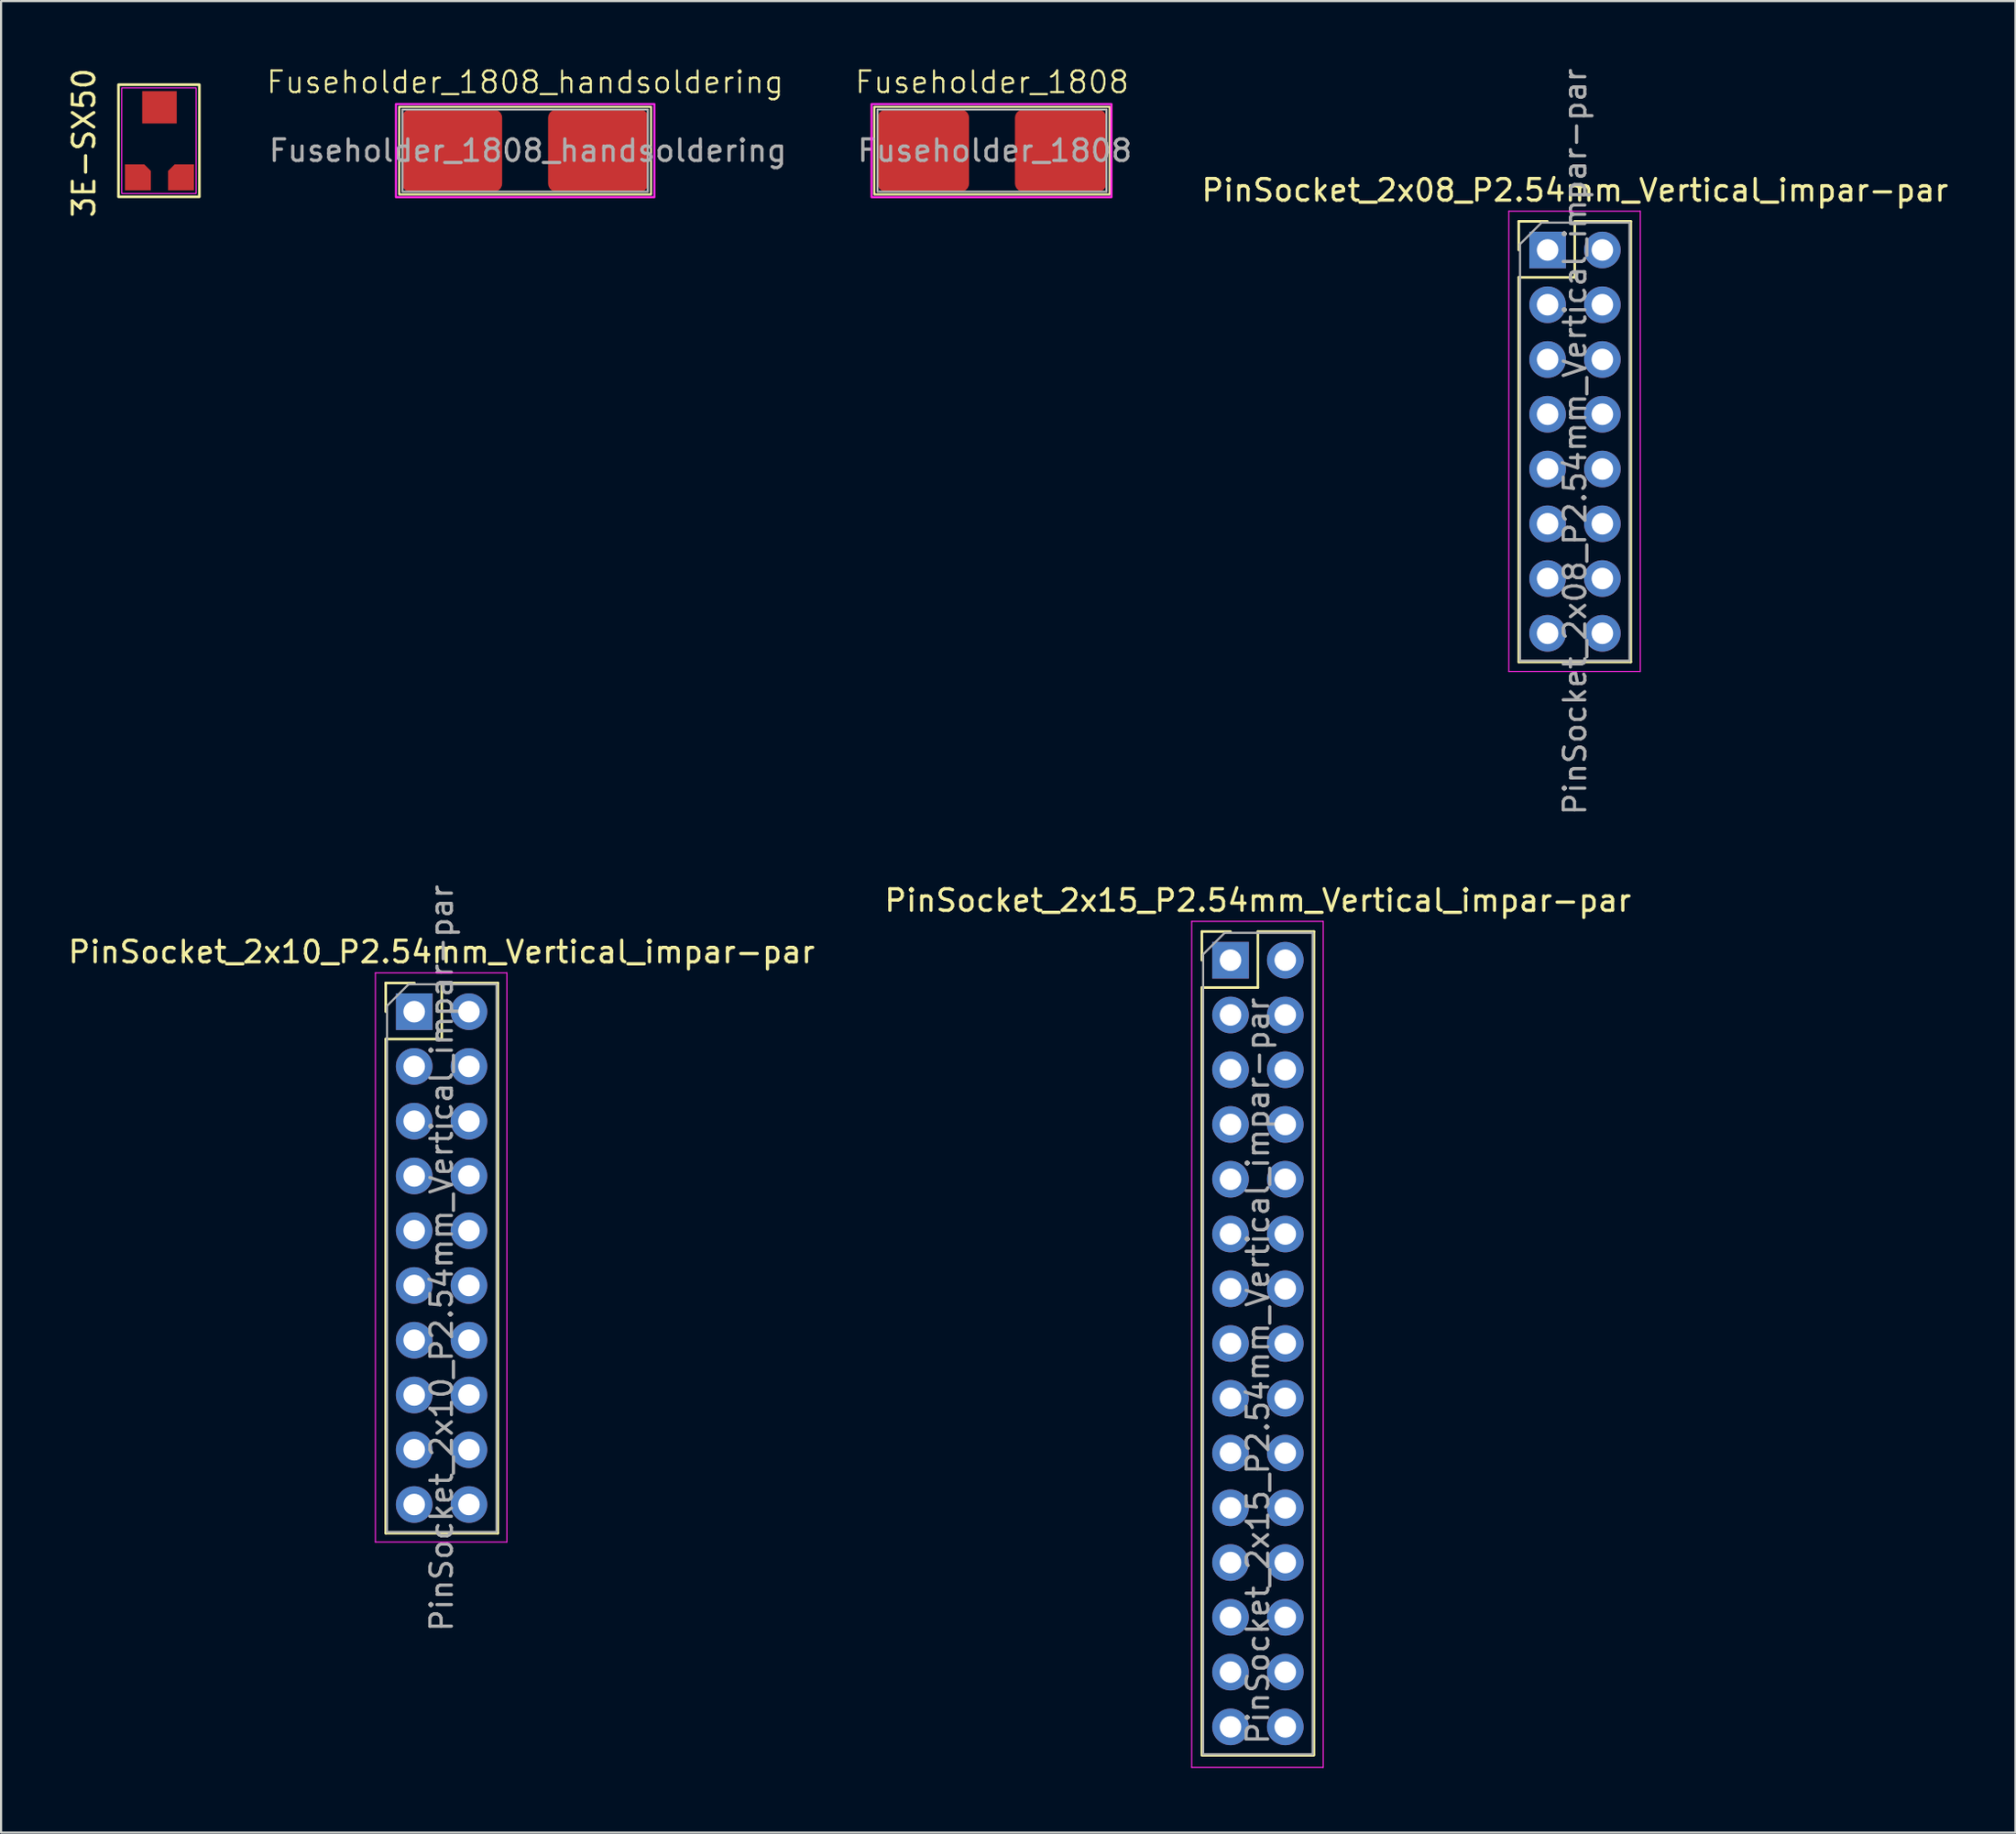
<source format=kicad_pcb>
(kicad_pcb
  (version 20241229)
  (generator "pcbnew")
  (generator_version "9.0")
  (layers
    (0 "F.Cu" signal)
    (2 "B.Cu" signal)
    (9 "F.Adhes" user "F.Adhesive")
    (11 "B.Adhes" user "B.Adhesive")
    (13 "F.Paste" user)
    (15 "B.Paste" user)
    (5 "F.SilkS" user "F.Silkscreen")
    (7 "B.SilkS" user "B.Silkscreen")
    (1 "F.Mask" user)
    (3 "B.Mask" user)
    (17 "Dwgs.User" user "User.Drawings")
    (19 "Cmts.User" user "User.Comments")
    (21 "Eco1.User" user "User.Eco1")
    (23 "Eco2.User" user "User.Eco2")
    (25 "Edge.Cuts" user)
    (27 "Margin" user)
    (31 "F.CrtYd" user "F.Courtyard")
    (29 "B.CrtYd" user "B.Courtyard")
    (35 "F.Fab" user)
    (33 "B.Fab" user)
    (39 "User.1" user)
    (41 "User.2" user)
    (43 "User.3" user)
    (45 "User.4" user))
  (footprint "PinSocket_2x08_P2.54mm_Vertical_impar-par"
    (layer "F.Cu")
    (at 68.744 8.545)
    (property "Reference" "PinSocket_2x08_P2.54mm_Vertical_impar-par" (at 1.27 -2.77 0) (layer "F.SilkS") (effects (font (size 1 1) (thickness 0.15))))
    (attr through_hole)
    (fp_line (start -1.34 -1.33) (end -1.34 0) (stroke (width 0.12) (type solid)) (layer "F.SilkS"))
    (fp_line (start -1.34 1.27) (end -1.34 19.11) (stroke (width 0.12) (type solid)) (layer "F.SilkS"))
    (fp_line (start -0.01 -1.33) (end -1.34 -1.33) (stroke (width 0.12) (type solid)) (layer "F.SilkS"))
    (fp_line (start 1.26 -1.33) (end 1.26 1.27) (stroke (width 0.12) (type solid)) (layer "F.SilkS"))
    (fp_line (start 1.26 1.27) (end -1.34 1.27) (stroke (width 0.12) (type solid)) (layer "F.SilkS"))
    (fp_line (start 3.86 -1.33) (end 1.26 -1.33) (stroke (width 0.12) (type solid)) (layer "F.SilkS"))
    (fp_line (start 3.86 -1.33) (end 3.86 19.11) (stroke (width 0.12) (type solid)) (layer "F.SilkS"))
    (fp_line (start 3.86 19.11) (end -1.34 19.11) (stroke (width 0.12) (type solid)) (layer "F.SilkS"))
    (fp_line (start -1.8 -1.8) (end 4.3 -1.8) (stroke (width 0.05) (type solid)) (layer "F.CrtYd"))
    (fp_line (start -1.8 19.55) (end -1.8 -1.8) (stroke (width 0.05) (type solid)) (layer "F.CrtYd"))
    (fp_line (start 4.3 -1.8) (end 4.3 19.55) (stroke (width 0.05) (type solid)) (layer "F.CrtYd"))
    (fp_line (start 4.3 19.55) (end -1.8 19.55) (stroke (width 0.05) (type solid)) (layer "F.CrtYd"))
    (fp_line (start -1.28 -0.27) (end -1.28 19.05) (stroke (width 0.1) (type solid)) (layer "F.Fab"))
    (fp_line (start -1.28 19.05) (end 3.8 19.05) (stroke (width 0.1) (type solid)) (layer "F.Fab"))
    (fp_line (start -0.28 -1.27) (end -1.28 -0.27) (stroke (width 0.1) (type solid)) (layer "F.Fab"))
    (fp_line (start 3.8 -1.27) (end -0.28 -1.27) (stroke (width 0.1) (type solid)) (layer "F.Fab"))
    (fp_line (start 3.8 19.05) (end 3.8 -1.27) (stroke (width 0.1) (type solid)) (layer "F.Fab"))
    (fp_text user "${REFERENCE}" (at 1.27 8.89 90) (layer "F.Fab") (effects (font (size 1 1) (thickness 0.15))))
    (pad "1" thru_hole rect (at 0 0) (size 1.7 1.7) (drill 1) (layers "*.Cu" "*.Mask"))
    (pad "2" thru_hole oval (at 2.54 0) (size 1.7 1.7) (drill 1) (layers "*.Cu" "*.Mask"))
    (pad "3" thru_hole oval (at 0 2.54) (size 1.7 1.7) (drill 1) (layers "*.Cu" "*.Mask"))
    (pad "4" thru_hole oval (at 2.54 2.54) (size 1.7 1.7) (drill 1) (layers "*.Cu" "*.Mask"))
    (pad "5" thru_hole oval (at 0 5.08) (size 1.7 1.7) (drill 1) (layers "*.Cu" "*.Mask"))
    (pad "6" thru_hole oval (at 2.54 5.08) (size 1.7 1.7) (drill 1) (layers "*.Cu" "*.Mask"))
    (pad "7" thru_hole oval (at 0 7.62) (size 1.7 1.7) (drill 1) (layers "*.Cu" "*.Mask"))
    (pad "8" thru_hole oval (at 2.54 7.62) (size 1.7 1.7) (drill 1) (layers "*.Cu" "*.Mask"))
    (pad "9" thru_hole oval (at 0 10.16) (size 1.7 1.7) (drill 1) (layers "*.Cu" "*.Mask"))
    (pad "10" thru_hole oval (at 2.54 10.16) (size 1.7 1.7) (drill 1) (layers "*.Cu" "*.Mask"))
    (pad "11" thru_hole oval (at 0 12.7) (size 1.7 1.7) (drill 1) (layers "*.Cu" "*.Mask"))
    (pad "12" thru_hole oval (at 2.54 12.7) (size 1.7 1.7) (drill 1) (layers "*.Cu" "*.Mask"))
    (pad "13" thru_hole oval (at 0 15.24) (size 1.7 1.7) (drill 1) (layers "*.Cu" "*.Mask"))
    (pad "14" thru_hole oval (at 2.54 15.24) (size 1.7 1.7) (drill 1) (layers "*.Cu" "*.Mask"))
    (pad "15" thru_hole oval (at 0 17.78) (size 1.7 1.7) (drill 1) (layers "*.Cu" "*.Mask"))
    (pad "16" thru_hole oval (at 2.54 17.78) (size 1.7 1.7) (drill 1) (layers "*.Cu" "*.Mask")))
  (footprint "PinSocket_2x15_P2.54mm_Vertical_impar-par"
    (layer "F.Cu")
    (at 54.034 41.487)
    (property "Reference" "PinSocket_2x15_P2.54mm_Vertical_impar-par" (at 1.27 -2.77 0) (layer "F.SilkS") (effects (font (size 1 1) (thickness 0.15))))
    (attr through_hole)
    (fp_line (start -1.33 -1.33) (end -1.33 0) (stroke (width 0.12) (type solid)) (layer "F.SilkS"))
    (fp_line (start -1.33 1.27) (end -1.33 36.83) (stroke (width 0.12) (type solid)) (layer "F.SilkS"))
    (fp_line (start 0 -1.33) (end -1.33 -1.33) (stroke (width 0.12) (type solid)) (layer "F.SilkS"))
    (fp_line (start 1.27 -1.33) (end 1.27 1.27) (stroke (width 0.12) (type solid)) (layer "F.SilkS"))
    (fp_line (start 1.27 1.27) (end -1.33 1.27) (stroke (width 0.12) (type solid)) (layer "F.SilkS"))
    (fp_line (start 3.87 -1.33) (end 1.27 -1.33) (stroke (width 0.12) (type solid)) (layer "F.SilkS"))
    (fp_line (start 3.87 -1.33) (end 3.87 36.83) (stroke (width 0.12) (type solid)) (layer "F.SilkS"))
    (fp_line (start 3.87 36.88) (end -1.33 36.88) (stroke (width 0.12) (type solid)) (layer "F.SilkS"))
    (fp_line (start -1.8 -1.8) (end 4.3 -1.8) (stroke (width 0.05) (type solid)) (layer "F.CrtYd"))
    (fp_line (start -1.8 37.44) (end -1.8 -1.8) (stroke (width 0.05) (type solid)) (layer "F.CrtYd"))
    (fp_line (start 4.3 -1.8) (end 4.3 37.44) (stroke (width 0.05) (type solid)) (layer "F.CrtYd"))
    (fp_line (start 4.3 37.44) (end -1.8 37.44) (stroke (width 0.05) (type solid)) (layer "F.CrtYd"))
    (fp_line (start -1.27 -0.27) (end -1.27 36.83) (stroke (width 0.1) (type solid)) (layer "F.Fab"))
    (fp_line (start -1.27 36.83) (end 3.81 36.83) (stroke (width 0.1) (type solid)) (layer "F.Fab"))
    (fp_line (start -0.27 -1.27) (end -1.27 -0.27) (stroke (width 0.1) (type solid)) (layer "F.Fab"))
    (fp_line (start 3.81 -1.27) (end -0.27 -1.27) (stroke (width 0.1) (type solid)) (layer "F.Fab"))
    (fp_line (start 3.81 36.83) (end 3.81 -1.27) (stroke (width 0.1) (type solid)) (layer "F.Fab"))
    (fp_text user "${REFERENCE}" (at 1.27 19.05 90) (layer "F.Fab") (effects (font (size 1 1) (thickness 0.15))))
    (pad "1" thru_hole rect (at 0 0) (size 1.7 1.7) (drill 1) (layers "*.Cu" "*.Mask"))
    (pad "2" thru_hole oval (at 2.54 0) (size 1.7 1.7) (drill 1) (layers "*.Cu" "*.Mask"))
    (pad "3" thru_hole oval (at 0 2.54) (size 1.7 1.7) (drill 1) (layers "*.Cu" "*.Mask"))
    (pad "4" thru_hole oval (at 2.54 2.54) (size 1.7 1.7) (drill 1) (layers "*.Cu" "*.Mask"))
    (pad "5" thru_hole oval (at 0 5.08) (size 1.7 1.7) (drill 1) (layers "*.Cu" "*.Mask"))
    (pad "6" thru_hole oval (at 2.54 5.08) (size 1.7 1.7) (drill 1) (layers "*.Cu" "*.Mask"))
    (pad "7" thru_hole oval (at 0 7.62) (size 1.7 1.7) (drill 1) (layers "*.Cu" "*.Mask"))
    (pad "8" thru_hole oval (at 2.54 7.62) (size 1.7 1.7) (drill 1) (layers "*.Cu" "*.Mask"))
    (pad "9" thru_hole oval (at 0 10.16) (size 1.7 1.7) (drill 1) (layers "*.Cu" "*.Mask"))
    (pad "10" thru_hole oval (at 2.54 10.16) (size 1.7 1.7) (drill 1) (layers "*.Cu" "*.Mask"))
    (pad "11" thru_hole oval (at 0 12.7) (size 1.7 1.7) (drill 1) (layers "*.Cu" "*.Mask"))
    (pad "12" thru_hole oval (at 2.54 12.7) (size 1.7 1.7) (drill 1) (layers "*.Cu" "*.Mask"))
    (pad "13" thru_hole oval (at 0 15.24) (size 1.7 1.7) (drill 1) (layers "*.Cu" "*.Mask"))
    (pad "14" thru_hole oval (at 2.54 15.24) (size 1.7 1.7) (drill 1) (layers "*.Cu" "*.Mask"))
    (pad "15" thru_hole oval (at 0 17.78) (size 1.7 1.7) (drill 1) (layers "*.Cu" "*.Mask"))
    (pad "16" thru_hole oval (at 2.54 17.78) (size 1.7 1.7) (drill 1) (layers "*.Cu" "*.Mask"))
    (pad "17" thru_hole oval (at 0 20.32) (size 1.7 1.7) (drill 1) (layers "*.Cu" "*.Mask"))
    (pad "18" thru_hole oval (at 2.54 20.32) (size 1.7 1.7) (drill 1) (layers "*.Cu" "*.Mask"))
    (pad "19" thru_hole oval (at 0 22.86) (size 1.7 1.7) (drill 1) (layers "*.Cu" "*.Mask"))
    (pad "20" thru_hole oval (at 2.54 22.86) (size 1.7 1.7) (drill 1) (layers "*.Cu" "*.Mask"))
    (pad "21" thru_hole oval (at 0 25.4) (size 1.7 1.7) (drill 1) (layers "*.Cu" "*.Mask"))
    (pad "22" thru_hole oval (at 2.54 25.4) (size 1.7 1.7) (drill 1) (layers "*.Cu" "*.Mask"))
    (pad "23" thru_hole oval (at 0 27.94) (size 1.7 1.7) (drill 1) (layers "*.Cu" "*.Mask"))
    (pad "24" thru_hole oval (at 2.54 27.94) (size 1.7 1.7) (drill 1) (layers "*.Cu" "*.Mask"))
    (pad "25" thru_hole oval (at 0 30.48) (size 1.7 1.7) (drill 1) (layers "*.Cu" "*.Mask"))
    (pad "26" thru_hole oval (at 2.54 30.48) (size 1.7 1.7) (drill 1) (layers "*.Cu" "*.Mask"))
    (pad "27" thru_hole oval (at 0 33.02) (size 1.7 1.7) (drill 1) (layers "*.Cu" "*.Mask"))
    (pad "28" thru_hole oval (at 2.54 33.02) (size 1.7 1.7) (drill 1) (layers "*.Cu" "*.Mask"))
    (pad "29" thru_hole oval (at 0 35.56) (size 1.7 1.7) (drill 1) (layers "*.Cu" "*.Mask"))
    (pad "30" thru_hole oval (at 2.54 35.56) (size 1.7 1.7) (drill 1) (layers "*.Cu" "*.Mask")))
  (footprint "Fuseholder_1808"
    (layer "F.Cu")
    (at 42.97 3.936)
    (property "Reference" "Fuseholder_1808" (at 0 -3.175 0) (unlocked yes) (layer "F.SilkS") (effects (font (size 1 1) (thickness 0.1))))
    (attr smd)
    (fp_rect (start -5.461 -2.032) (end 5.461 2.032) (stroke (width 0.1) (type default)) (fill no) (layer "F.SilkS"))
    (fp_rect (start -5.588 -2.159) (end 5.54 2.159) (stroke (width 0.1) (type default)) (fill no) (layer "F.CrtYd"))
    (fp_rect (start -5.31 -1.905) (end 5.31 1.905) (stroke (width 0.1) (type default)) (fill no) (layer "F.Fab"))
    (fp_text user "${REFERENCE}" (at 0.127 0 0) (unlocked yes) (layer "F.Fab") (effects (font (size 1 1) (thickness 0.15))))
    (pad "1" smd roundrect (at -3.185 0) (size 4.24 3.81) (layers "F.Cu" "F.Mask" "F.Paste") (roundrect_rratio 0.1))
    (pad "2" smd roundrect (at 3.185 0) (size 4.24 3.81) (layers "F.Cu" "F.Mask" "F.Paste") (roundrect_rratio 0.1)))
  (footprint "PinSocket_2x10_P2.54mm_Vertical_impar-par"
    (layer "F.Cu")
    (at 16.165 43.874)
    (property "Reference" "PinSocket_2x10_P2.54mm_Vertical_impar-par" (at 1.27 -2.77 0) (layer "F.SilkS") (effects (font (size 1 1) (thickness 0.15))))
    (attr through_hole)
    (fp_line (start -1.32 -1.33) (end -1.32 0) (stroke (width 0.12) (type solid)) (layer "F.SilkS"))
    (fp_line (start -1.32 1.27) (end -1.32 24.19) (stroke (width 0.12) (type solid)) (layer "F.SilkS"))
    (fp_line (start 0.01 -1.33) (end -1.32 -1.33) (stroke (width 0.12) (type solid)) (layer "F.SilkS"))
    (fp_line (start 1.28 -1.33) (end 1.28 1.27) (stroke (width 0.12) (type solid)) (layer "F.SilkS"))
    (fp_line (start 1.28 1.27) (end -1.32 1.27) (stroke (width 0.12) (type solid)) (layer "F.SilkS"))
    (fp_line (start 3.88 -1.33) (end 1.28 -1.33) (stroke (width 0.12) (type solid)) (layer "F.SilkS"))
    (fp_line (start 3.88 -1.33) (end 3.88 24.19) (stroke (width 0.12) (type solid)) (layer "F.SilkS"))
    (fp_line (start 3.88 24.19) (end -1.32 24.19) (stroke (width 0.12) (type solid)) (layer "F.SilkS"))
    (fp_line (start -1.8 -1.8) (end 4.3 -1.8) (stroke (width 0.05) (type solid)) (layer "F.CrtYd"))
    (fp_line (start -1.8 24.6) (end -1.8 -1.8) (stroke (width 0.05) (type solid)) (layer "F.CrtYd"))
    (fp_line (start 4.3 -1.8) (end 4.3 24.6) (stroke (width 0.05) (type solid)) (layer "F.CrtYd"))
    (fp_line (start 4.3 24.6) (end -1.8 24.6) (stroke (width 0.05) (type solid)) (layer "F.CrtYd"))
    (fp_line (start -1.26 -0.27) (end -1.26 24.13) (stroke (width 0.1) (type solid)) (layer "F.Fab"))
    (fp_line (start -1.26 24.13) (end 3.82 24.13) (stroke (width 0.1) (type solid)) (layer "F.Fab"))
    (fp_line (start -0.26 -1.27) (end -1.26 -0.27) (stroke (width 0.1) (type solid)) (layer "F.Fab"))
    (fp_line (start 3.82 -1.27) (end -0.26 -1.27) (stroke (width 0.1) (type solid)) (layer "F.Fab"))
    (fp_line (start 3.82 24.13) (end 3.82 -1.27) (stroke (width 0.1) (type solid)) (layer "F.Fab"))
    (fp_text user "${REFERENCE}" (at 1.27 11.43 90) (layer "F.Fab") (effects (font (size 1 1) (thickness 0.15))))
    (pad "1" thru_hole rect (at 0 0) (size 1.7 1.7) (drill 1) (layers "*.Cu" "*.Mask"))
    (pad "2" thru_hole oval (at 2.54 0) (size 1.7 1.7) (drill 1) (layers "*.Cu" "*.Mask"))
    (pad "3" thru_hole oval (at 0 2.54) (size 1.7 1.7) (drill 1) (layers "*.Cu" "*.Mask"))
    (pad "4" thru_hole oval (at 2.54 2.54) (size 1.7 1.7) (drill 1) (layers "*.Cu" "*.Mask"))
    (pad "5" thru_hole oval (at 0 5.08) (size 1.7 1.7) (drill 1) (layers "*.Cu" "*.Mask"))
    (pad "6" thru_hole oval (at 2.54 5.08) (size 1.7 1.7) (drill 1) (layers "*.Cu" "*.Mask"))
    (pad "7" thru_hole oval (at 0 7.62) (size 1.7 1.7) (drill 1) (layers "*.Cu" "*.Mask"))
    (pad "8" thru_hole oval (at 2.54 7.62) (size 1.7 1.7) (drill 1) (layers "*.Cu" "*.Mask"))
    (pad "9" thru_hole oval (at 0 10.16) (size 1.7 1.7) (drill 1) (layers "*.Cu" "*.Mask"))
    (pad "10" thru_hole oval (at 2.54 10.16) (size 1.7 1.7) (drill 1) (layers "*.Cu" "*.Mask"))
    (pad "11" thru_hole oval (at 0 12.7) (size 1.7 1.7) (drill 1) (layers "*.Cu" "*.Mask"))
    (pad "12" thru_hole oval (at 2.54 12.7) (size 1.7 1.7) (drill 1) (layers "*.Cu" "*.Mask"))
    (pad "13" thru_hole oval (at 0 15.24) (size 1.7 1.7) (drill 1) (layers "*.Cu" "*.Mask"))
    (pad "14" thru_hole oval (at 2.54 15.24) (size 1.7 1.7) (drill 1) (layers "*.Cu" "*.Mask"))
    (pad "15" thru_hole oval (at 0 17.78) (size 1.7 1.7) (drill 1) (layers "*.Cu" "*.Mask"))
    (pad "16" thru_hole oval (at 2.54 17.78) (size 1.7 1.7) (drill 1) (layers "*.Cu" "*.Mask"))
    (pad "17" thru_hole oval (at 0 20.32) (size 1.7 1.7) (drill 1) (layers "*.Cu" "*.Mask"))
    (pad "18" thru_hole oval (at 2.54 20.32) (size 1.7 1.7) (drill 1) (layers "*.Cu" "*.Mask"))
    (pad "19" thru_hole oval (at 0 22.86) (size 1.7 1.7) (drill 1) (layers "*.Cu" "*.Mask"))
    (pad "20" thru_hole oval (at 2.54 22.86) (size 1.7 1.7) (drill 1) (layers "*.Cu" "*.Mask")))
  (footprint "Fuseholder_1808_handsoldering"
    (layer "F.Cu")
    (at 21.311 3.936)
    (property "Reference" "Fuseholder_1808_handsoldering" (at 0 -3.175 0) (unlocked yes) (layer "F.SilkS") (effects (font (size 1 1) (thickness 0.1))))
    (attr smd)
    (fp_rect (start -5.842 -2.032) (end 5.842 2.032) (stroke (width 0.1) (type default)) (fill no) (layer "F.SilkS"))
    (fp_rect (start -5.994 -2.159) (end 5.997 2.159) (stroke (width 0.1) (type default)) (fill no) (layer "F.CrtYd"))
    (fp_rect (start -5.691 -1.905) (end 5.691 1.905) (stroke (width 0.1) (type default)) (fill no) (layer "F.Fab"))
    (fp_text user "${REFERENCE}" (at 0.127 0 0) (unlocked yes) (layer "F.Fab") (effects (font (size 1 1) (thickness 0.15))))
    (pad "1" smd roundrect (at -3.39 0) (size 4.65 3.81) (layers "F.Cu" "F.Mask" "F.Paste") (roundrect_rratio 0.1))
    (pad "2" smd roundrect (at 3.39 0) (size 4.65 3.81) (layers "F.Cu" "F.Mask" "F.Paste") (roundrect_rratio 0.1)))
  (footprint "3E-SX50"
    (layer "F.Cu")
    (at 4.348 3.577)
    (property "Reference" "3E-SX50" (at -3.5 0 90) (layer "F.SilkS") (effects (font (size 1 1) (thickness 0.15))))
    (attr smd)
    (fp_rect (start -1.9 -2.7) (end 1.85 2.5) (stroke (width 0.125) (type default)) (fill no) (layer "F.SilkS"))
    (fp_rect (start -1.75 -2.55) (end 1.7 2.35) (stroke (width 0.05) (type default)) (fill no) (layer "F.CrtYd"))
    (pad "1" smd roundrect (at -1 1.6) (size 1.2 1.2) (layers "F.Cu" "F.Mask" "F.Paste") (roundrect_rratio 0) (chamfer_ratio 0.25) (chamfer top_right))
    (pad "2" smd roundrect (at 1 1.6) (size 1.2 1.2) (layers "F.Cu" "F.Mask" "F.Paste") (roundrect_rratio 0) (chamfer_ratio 0.25) (chamfer top_left))
    (pad "3" smd rect (at 0 -1.65) (size 1.6 1.5) (layers "F.Cu" "F.Mask" "F.Paste")))
  (gr_rect
    (start -3 -3)
    (end 90.448 81.952)
    (stroke (width 0.1) (type default))
    (fill no)
    (layer "Edge.Cuts")))
</source>
